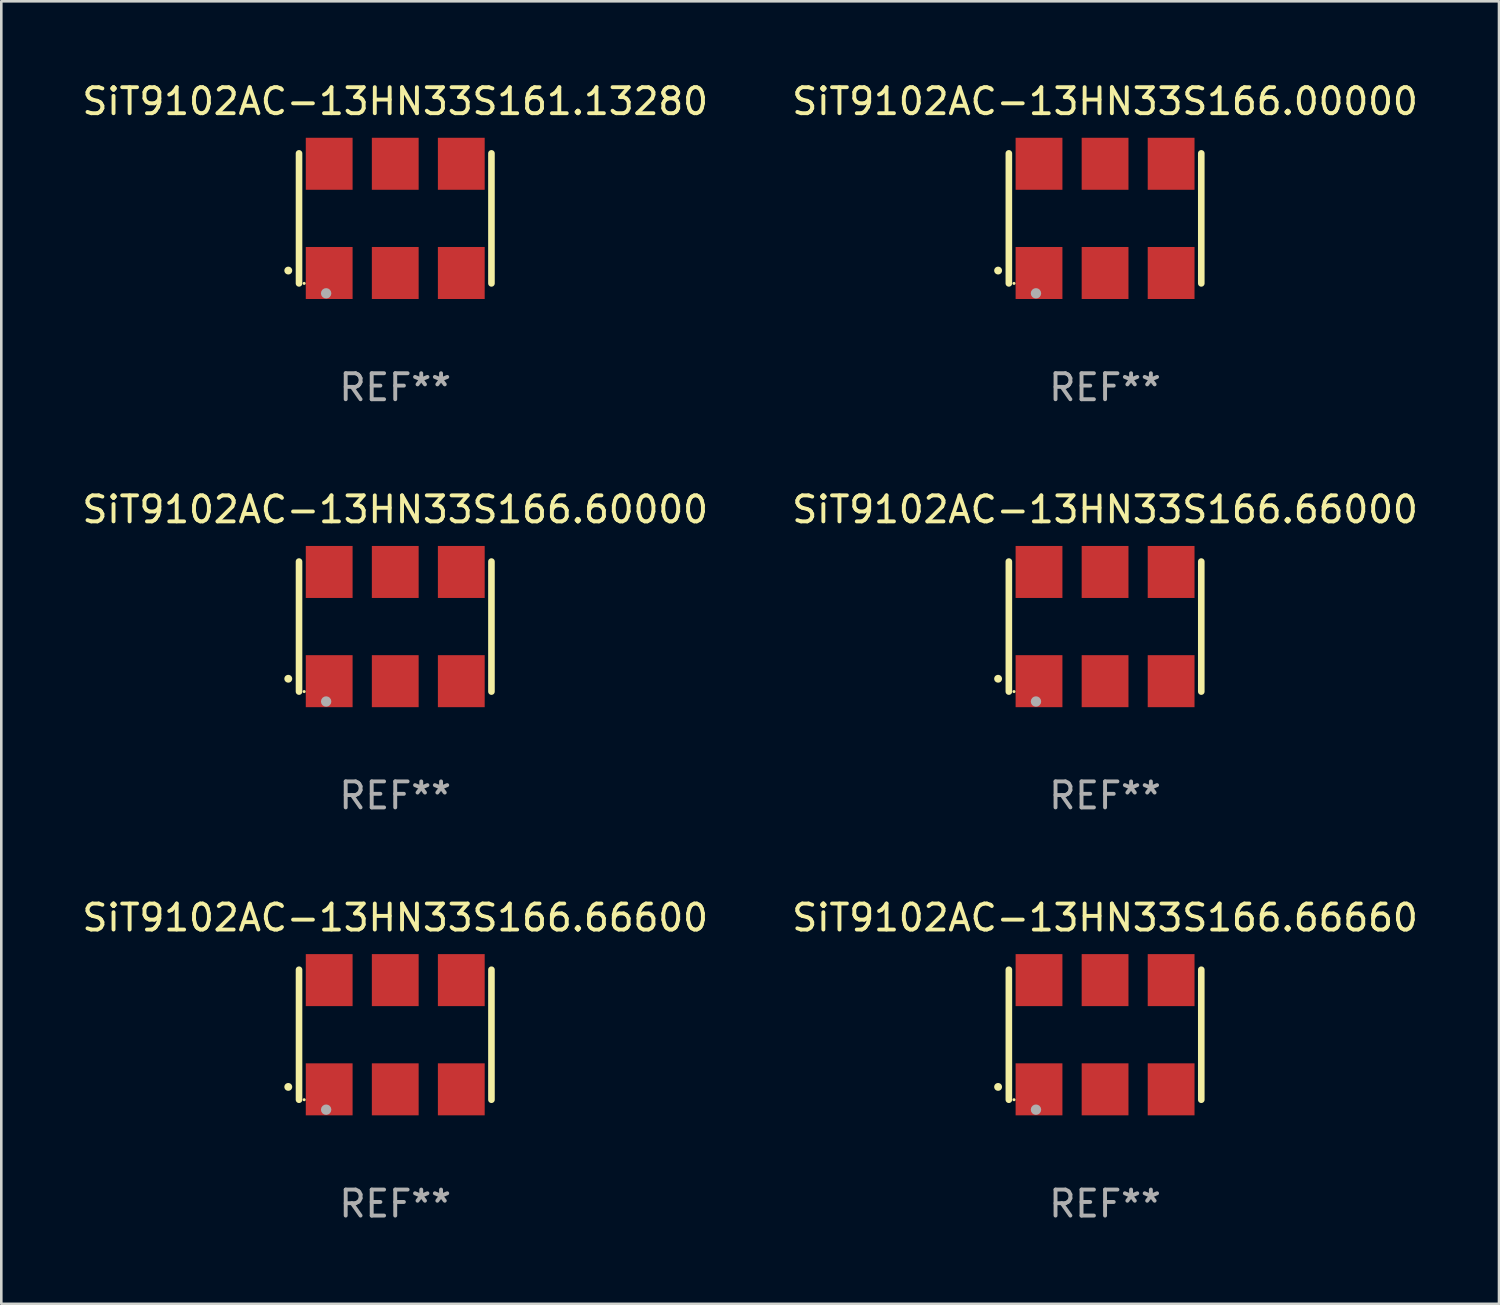
<source format=kicad_pcb>
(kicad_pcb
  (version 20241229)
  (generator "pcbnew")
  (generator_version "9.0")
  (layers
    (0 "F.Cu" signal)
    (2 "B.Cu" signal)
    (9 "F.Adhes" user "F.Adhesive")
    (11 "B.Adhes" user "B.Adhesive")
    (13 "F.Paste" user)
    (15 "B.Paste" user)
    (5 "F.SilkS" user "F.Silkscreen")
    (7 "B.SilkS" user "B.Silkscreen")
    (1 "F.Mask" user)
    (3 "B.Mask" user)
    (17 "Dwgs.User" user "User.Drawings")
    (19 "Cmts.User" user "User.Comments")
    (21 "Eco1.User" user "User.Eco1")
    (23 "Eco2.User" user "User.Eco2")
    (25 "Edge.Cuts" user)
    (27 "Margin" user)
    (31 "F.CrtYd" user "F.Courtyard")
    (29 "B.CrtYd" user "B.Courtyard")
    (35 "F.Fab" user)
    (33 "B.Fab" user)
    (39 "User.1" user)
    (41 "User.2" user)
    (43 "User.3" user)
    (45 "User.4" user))
  (footprint "SiT9102AC-13HN33S166.60000"
    (layer "F.Cu")
    (at 12.149 21.045)
    (property "Reference" "SiT9102AC-13HN33S166.60000" (at 0 -4.5 0) (layer "F.SilkS") (effects (font (size 1 1) (thickness 0.15))))
    (attr through_hole)
    (fp_line (start -3.7 -2.5) (end -3.7 2.5) (stroke (width 0.254) (type solid)) (layer "F.SilkS"))
    (fp_line (start 3.7 -2.5) (end 3.7 2.5) (stroke (width 0.254) (type solid)) (layer "F.SilkS"))
    (fp_arc (start -4.114415 2.006604) (mid -4.113145 2.006599) (end -4.111875 2.006604) (stroke (width 0.3) (type solid)) (layer "F.SilkS"))
    (fp_circle (center -3.502 2.5) (end -3.472 2.5) (stroke (width 0.06) (type solid)) (fill no) (layer "F.SilkS"))
    (fp_circle (center -2.657 2.882) (end -2.557 2.882) (stroke (width 0.2) (type solid)) (fill no) (layer "F.Fab"))
    (fp_text user "REF**" (at 0 6.5 0) (layer "F.Fab") (effects (font (size 1 1) (thickness 0.15))))
    (pad "1" smd rect (at -2.54 2.1) (size 1.8 2) (layers "F.Cu" "F.Mask" "F.Paste"))
    (pad "2" smd rect (at 0.000394 2.1) (size 1.8 2) (layers "F.Cu" "F.Mask" "F.Paste"))
    (pad "3" smd rect (at 2.54 2.1) (size 1.8 2) (layers "F.Cu" "F.Mask" "F.Paste"))
    (pad "4" smd rect (at 2.54 -2.1) (size 1.8 2) (layers "F.Cu" "F.Mask" "F.Paste"))
    (pad "5" smd rect (at 0.000394 -2.1) (size 1.8 2) (layers "F.Cu" "F.Mask" "F.Paste"))
    (pad "6" smd rect (at -2.54 -2.1) (size 1.8 2) (layers "F.Cu" "F.Mask" "F.Paste")))
  (footprint "SiT9102AC-13HN33S166.66600"
    (layer "F.Cu")
    (at 12.149 36.741)
    (property "Reference" "SiT9102AC-13HN33S166.66600" (at 0 -4.5 0) (layer "F.SilkS") (effects (font (size 1 1) (thickness 0.15))))
    (attr through_hole)
    (fp_line (start -3.7 -2.5) (end -3.7 2.5) (stroke (width 0.254) (type solid)) (layer "F.SilkS"))
    (fp_line (start 3.7 -2.5) (end 3.7 2.5) (stroke (width 0.254) (type solid)) (layer "F.SilkS"))
    (fp_arc (start -4.114415 2.006604) (mid -4.113145 2.006599) (end -4.111875 2.006604) (stroke (width 0.3) (type solid)) (layer "F.SilkS"))
    (fp_circle (center -3.502 2.5) (end -3.472 2.5) (stroke (width 0.06) (type solid)) (fill no) (layer "F.SilkS"))
    (fp_circle (center -2.657 2.882) (end -2.557 2.882) (stroke (width 0.2) (type solid)) (fill no) (layer "F.Fab"))
    (fp_text user "REF**" (at 0 6.5 0) (layer "F.Fab") (effects (font (size 1 1) (thickness 0.15))))
    (pad "1" smd rect (at -2.54 2.1) (size 1.8 2) (layers "F.Cu" "F.Mask" "F.Paste"))
    (pad "2" smd rect (at 0.000394 2.1) (size 1.8 2) (layers "F.Cu" "F.Mask" "F.Paste"))
    (pad "3" smd rect (at 2.54 2.1) (size 1.8 2) (layers "F.Cu" "F.Mask" "F.Paste"))
    (pad "4" smd rect (at 2.54 -2.1) (size 1.8 2) (layers "F.Cu" "F.Mask" "F.Paste"))
    (pad "5" smd rect (at 0.000394 -2.1) (size 1.8 2) (layers "F.Cu" "F.Mask" "F.Paste"))
    (pad "6" smd rect (at -2.54 -2.1) (size 1.8 2) (layers "F.Cu" "F.Mask" "F.Paste")))
  (footprint "SiT9102AC-13HN33S166.00000"
    (layer "F.Cu")
    (at 39.446 5.348)
    (property "Reference" "SiT9102AC-13HN33S166.00000" (at 0 -4.5 0) (layer "F.SilkS") (effects (font (size 1 1) (thickness 0.15))))
    (attr through_hole)
    (fp_line (start -3.7 -2.5) (end -3.7 2.5) (stroke (width 0.254) (type solid)) (layer "F.SilkS"))
    (fp_line (start 3.7 -2.5) (end 3.7 2.5) (stroke (width 0.254) (type solid)) (layer "F.SilkS"))
    (fp_arc (start -4.114415 2.006604) (mid -4.113145 2.006599) (end -4.111875 2.006604) (stroke (width 0.3) (type solid)) (layer "F.SilkS"))
    (fp_circle (center -3.502 2.5) (end -3.472 2.5) (stroke (width 0.06) (type solid)) (fill no) (layer "F.SilkS"))
    (fp_circle (center -2.657 2.882) (end -2.557 2.882) (stroke (width 0.2) (type solid)) (fill no) (layer "F.Fab"))
    (fp_text user "REF**" (at 0 6.5 0) (layer "F.Fab") (effects (font (size 1 1) (thickness 0.15))))
    (pad "1" smd rect (at -2.54 2.1) (size 1.8 2) (layers "F.Cu" "F.Mask" "F.Paste"))
    (pad "2" smd rect (at 0.000394 2.1) (size 1.8 2) (layers "F.Cu" "F.Mask" "F.Paste"))
    (pad "3" smd rect (at 2.54 2.1) (size 1.8 2) (layers "F.Cu" "F.Mask" "F.Paste"))
    (pad "4" smd rect (at 2.54 -2.1) (size 1.8 2) (layers "F.Cu" "F.Mask" "F.Paste"))
    (pad "5" smd rect (at 0.000394 -2.1) (size 1.8 2) (layers "F.Cu" "F.Mask" "F.Paste"))
    (pad "6" smd rect (at -2.54 -2.1) (size 1.8 2) (layers "F.Cu" "F.Mask" "F.Paste")))
  (footprint "SiT9102AC-13HN33S161.13280"
    (layer "F.Cu")
    (at 12.149 5.348)
    (property "Reference" "SiT9102AC-13HN33S161.13280" (at 0 -4.5 0) (layer "F.SilkS") (effects (font (size 1 1) (thickness 0.15))))
    (attr through_hole)
    (fp_line (start -3.7 -2.5) (end -3.7 2.5) (stroke (width 0.254) (type solid)) (layer "F.SilkS"))
    (fp_line (start 3.7 -2.5) (end 3.7 2.5) (stroke (width 0.254) (type solid)) (layer "F.SilkS"))
    (fp_arc (start -4.114415 2.006604) (mid -4.113145 2.006599) (end -4.111875 2.006604) (stroke (width 0.3) (type solid)) (layer "F.SilkS"))
    (fp_circle (center -3.502 2.5) (end -3.472 2.5) (stroke (width 0.06) (type solid)) (fill no) (layer "F.SilkS"))
    (fp_circle (center -2.657 2.882) (end -2.557 2.882) (stroke (width 0.2) (type solid)) (fill no) (layer "F.Fab"))
    (fp_text user "REF**" (at 0 6.5 0) (layer "F.Fab") (effects (font (size 1 1) (thickness 0.15))))
    (pad "1" smd rect (at -2.54 2.1) (size 1.8 2) (layers "F.Cu" "F.Mask" "F.Paste"))
    (pad "2" smd rect (at 0.000394 2.1) (size 1.8 2) (layers "F.Cu" "F.Mask" "F.Paste"))
    (pad "3" smd rect (at 2.54 2.1) (size 1.8 2) (layers "F.Cu" "F.Mask" "F.Paste"))
    (pad "4" smd rect (at 2.54 -2.1) (size 1.8 2) (layers "F.Cu" "F.Mask" "F.Paste"))
    (pad "5" smd rect (at 0.000394 -2.1) (size 1.8 2) (layers "F.Cu" "F.Mask" "F.Paste"))
    (pad "6" smd rect (at -2.54 -2.1) (size 1.8 2) (layers "F.Cu" "F.Mask" "F.Paste")))
  (footprint "SiT9102AC-13HN33S166.66660"
    (layer "F.Cu")
    (at 39.446 36.741)
    (property "Reference" "SiT9102AC-13HN33S166.66660" (at 0 -4.5 0) (layer "F.SilkS") (effects (font (size 1 1) (thickness 0.15))))
    (attr through_hole)
    (fp_line (start -3.7 -2.5) (end -3.7 2.5) (stroke (width 0.254) (type solid)) (layer "F.SilkS"))
    (fp_line (start 3.7 -2.5) (end 3.7 2.5) (stroke (width 0.254) (type solid)) (layer "F.SilkS"))
    (fp_arc (start -4.114415 2.006604) (mid -4.113145 2.006599) (end -4.111875 2.006604) (stroke (width 0.3) (type solid)) (layer "F.SilkS"))
    (fp_circle (center -3.502 2.5) (end -3.472 2.5) (stroke (width 0.06) (type solid)) (fill no) (layer "F.SilkS"))
    (fp_circle (center -2.657 2.882) (end -2.557 2.882) (stroke (width 0.2) (type solid)) (fill no) (layer "F.Fab"))
    (fp_text user "REF**" (at 0 6.5 0) (layer "F.Fab") (effects (font (size 1 1) (thickness 0.15))))
    (pad "1" smd rect (at -2.54 2.1) (size 1.8 2) (layers "F.Cu" "F.Mask" "F.Paste"))
    (pad "2" smd rect (at 0.000394 2.1) (size 1.8 2) (layers "F.Cu" "F.Mask" "F.Paste"))
    (pad "3" smd rect (at 2.54 2.1) (size 1.8 2) (layers "F.Cu" "F.Mask" "F.Paste"))
    (pad "4" smd rect (at 2.54 -2.1) (size 1.8 2) (layers "F.Cu" "F.Mask" "F.Paste"))
    (pad "5" smd rect (at 0.000394 -2.1) (size 1.8 2) (layers "F.Cu" "F.Mask" "F.Paste"))
    (pad "6" smd rect (at -2.54 -2.1) (size 1.8 2) (layers "F.Cu" "F.Mask" "F.Paste")))
  (footprint "SiT9102AC-13HN33S166.66000"
    (layer "F.Cu")
    (at 39.446 21.045)
    (property "Reference" "SiT9102AC-13HN33S166.66000" (at 0 -4.5 0) (layer "F.SilkS") (effects (font (size 1 1) (thickness 0.15))))
    (attr through_hole)
    (fp_line (start -3.7 -2.5) (end -3.7 2.5) (stroke (width 0.254) (type solid)) (layer "F.SilkS"))
    (fp_line (start 3.7 -2.5) (end 3.7 2.5) (stroke (width 0.254) (type solid)) (layer "F.SilkS"))
    (fp_arc (start -4.114415 2.006604) (mid -4.113145 2.006599) (end -4.111875 2.006604) (stroke (width 0.3) (type solid)) (layer "F.SilkS"))
    (fp_circle (center -3.502 2.5) (end -3.472 2.5) (stroke (width 0.06) (type solid)) (fill no) (layer "F.SilkS"))
    (fp_circle (center -2.657 2.882) (end -2.557 2.882) (stroke (width 0.2) (type solid)) (fill no) (layer "F.Fab"))
    (fp_text user "REF**" (at 0 6.5 0) (layer "F.Fab") (effects (font (size 1 1) (thickness 0.15))))
    (pad "1" smd rect (at -2.54 2.1) (size 1.8 2) (layers "F.Cu" "F.Mask" "F.Paste"))
    (pad "2" smd rect (at 0.000394 2.1) (size 1.8 2) (layers "F.Cu" "F.Mask" "F.Paste"))
    (pad "3" smd rect (at 2.54 2.1) (size 1.8 2) (layers "F.Cu" "F.Mask" "F.Paste"))
    (pad "4" smd rect (at 2.54 -2.1) (size 1.8 2) (layers "F.Cu" "F.Mask" "F.Paste"))
    (pad "5" smd rect (at 0.000394 -2.1) (size 1.8 2) (layers "F.Cu" "F.Mask" "F.Paste"))
    (pad "6" smd rect (at -2.54 -2.1) (size 1.8 2) (layers "F.Cu" "F.Mask" "F.Paste")))
  (gr_rect
    (start -3 -3)
    (end 54.595 47.09)
    (stroke (width 0.1) (type default))
    (fill no)
    (layer "Edge.Cuts")))
</source>
